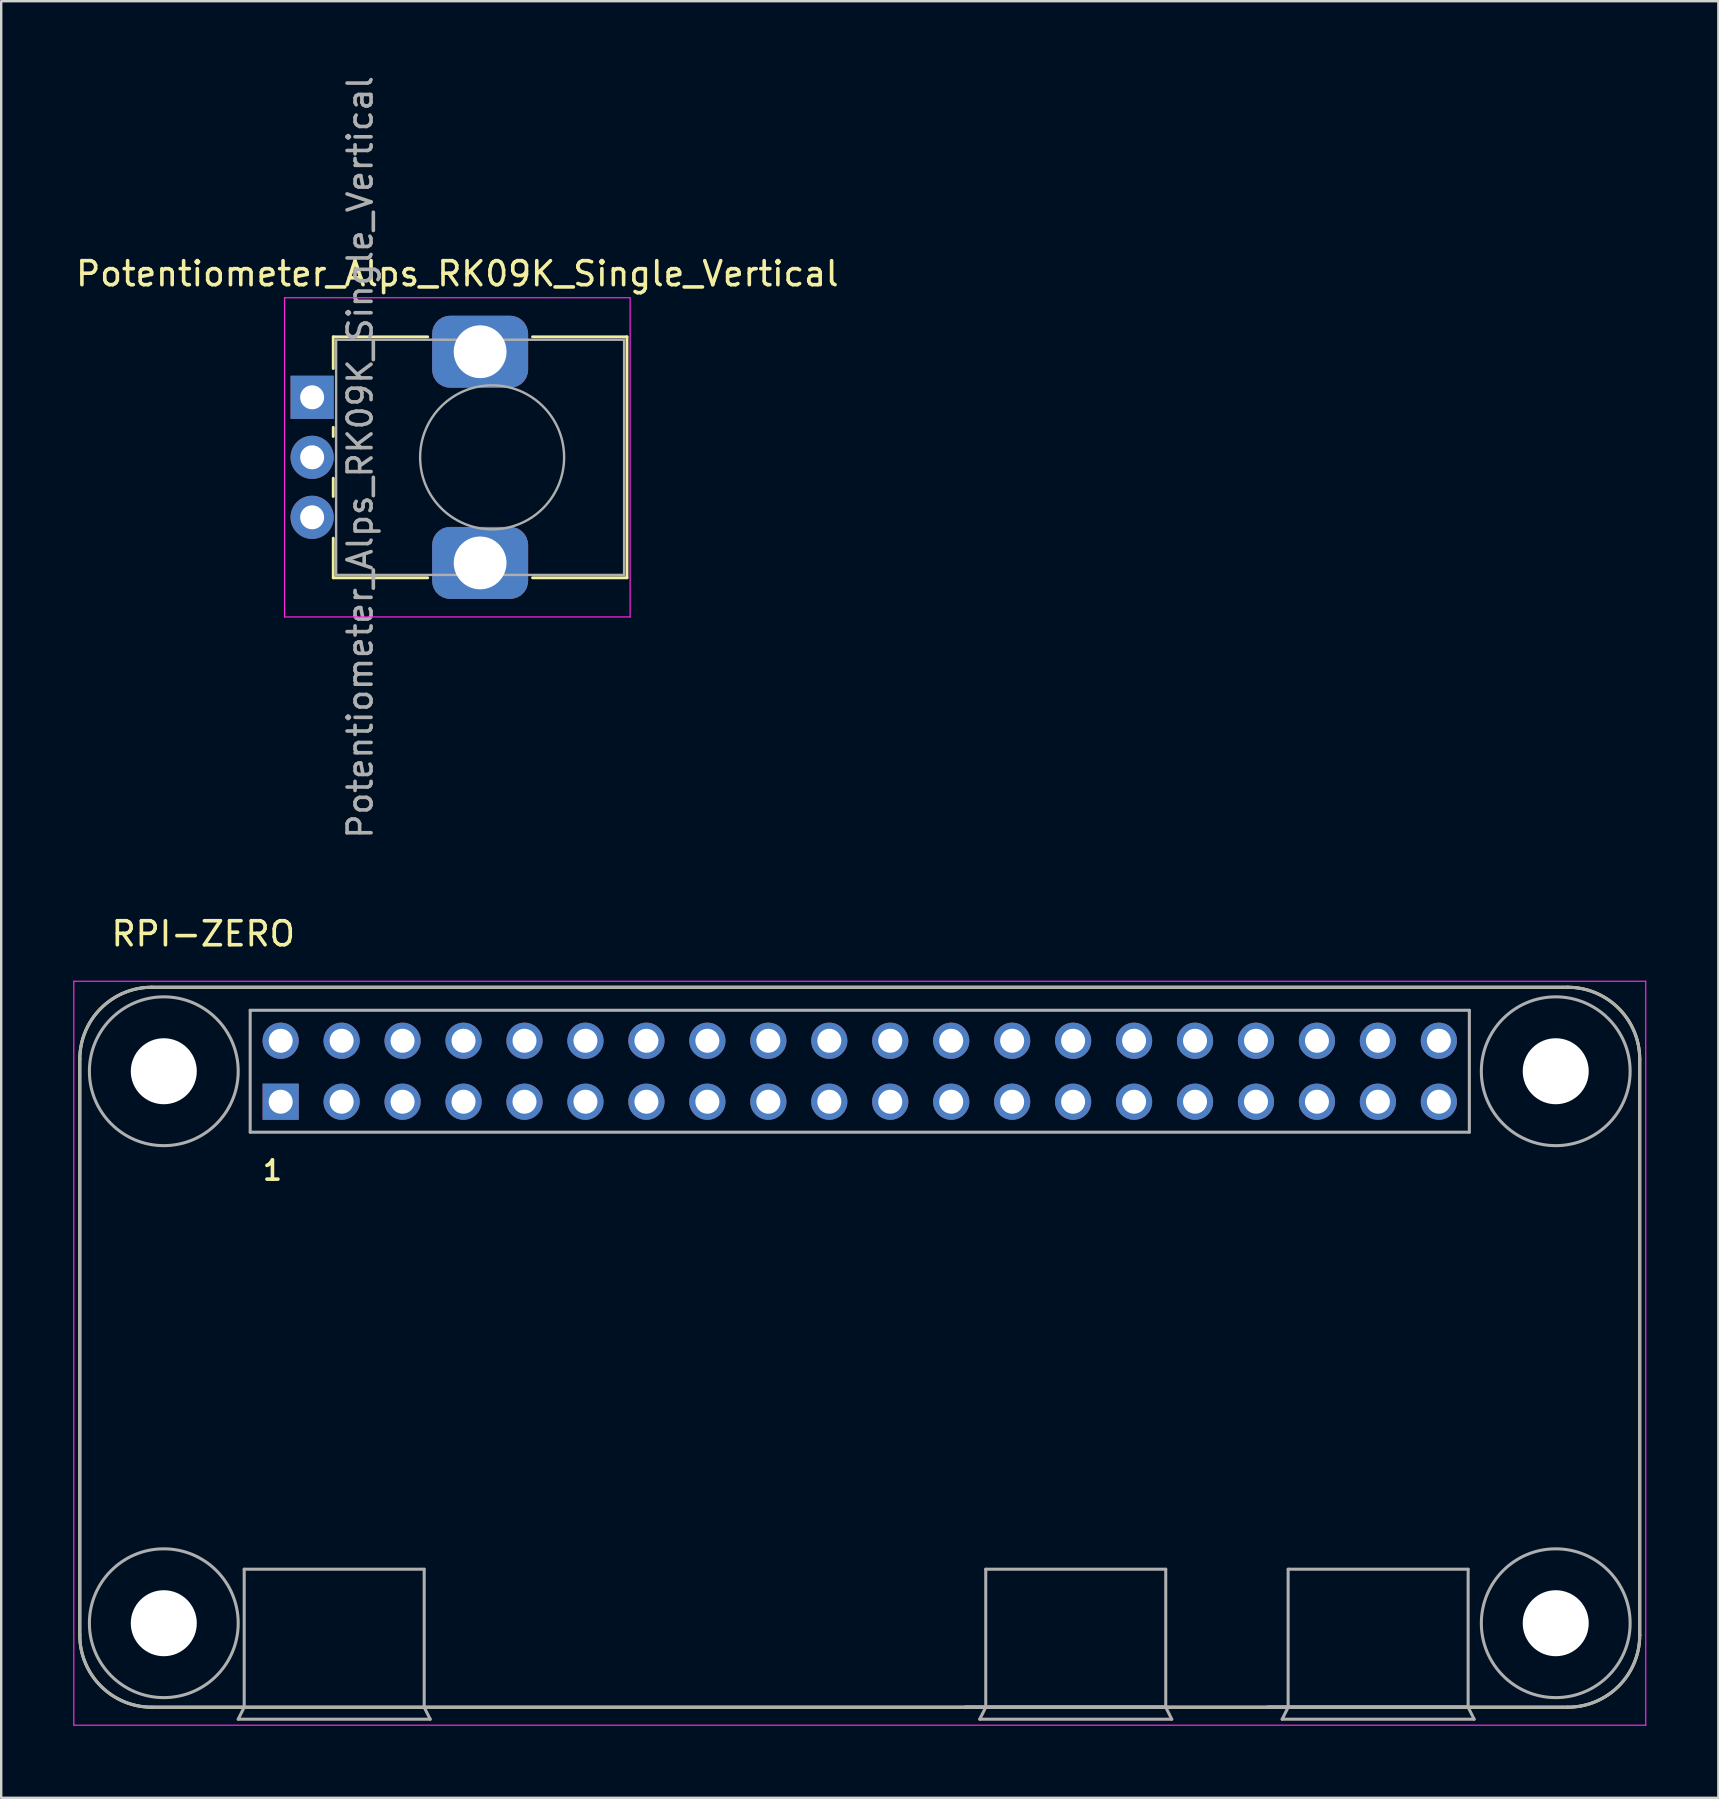
<source format=kicad_pcb>
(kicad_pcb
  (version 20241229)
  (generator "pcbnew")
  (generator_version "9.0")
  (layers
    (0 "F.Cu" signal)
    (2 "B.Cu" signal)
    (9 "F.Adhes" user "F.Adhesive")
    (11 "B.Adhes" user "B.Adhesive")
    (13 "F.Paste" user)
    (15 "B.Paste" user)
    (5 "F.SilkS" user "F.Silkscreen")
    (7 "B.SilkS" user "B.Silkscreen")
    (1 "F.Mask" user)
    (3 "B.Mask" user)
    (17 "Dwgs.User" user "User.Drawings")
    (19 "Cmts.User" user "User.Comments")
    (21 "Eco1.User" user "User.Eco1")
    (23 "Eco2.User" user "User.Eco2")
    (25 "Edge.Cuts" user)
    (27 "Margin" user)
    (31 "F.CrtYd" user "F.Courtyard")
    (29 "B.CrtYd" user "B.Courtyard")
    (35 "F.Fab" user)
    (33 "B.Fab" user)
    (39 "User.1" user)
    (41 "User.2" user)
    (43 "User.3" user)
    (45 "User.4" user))
  (footprint "Potentiometer_Alps_RK09K_Single_Vertical"
    (layer "F.Cu")
    (at 9.956 13.506)
    (property "Reference" "Potentiometer_Alps_RK09K_Single_Vertical" (at 6.05 -5.15 0) (layer "F.SilkS") (effects (font (size 1 1) (thickness 0.15))))
    (attr through_hole)
    (fp_line (start 0.88 -2.521) (end 0.88 -1.2) (stroke (width 0.12) (type solid)) (layer "F.SilkS"))
    (fp_line (start 0.88 -2.521) (end 4.817 -2.521) (stroke (width 0.12) (type solid)) (layer "F.SilkS"))
    (fp_line (start 0.88 1.25) (end 0.88 1.63) (stroke (width 0.12) (type solid)) (layer "F.SilkS"))
    (fp_line (start 0.88 3.371) (end 0.88 4.13) (stroke (width 0.12) (type solid)) (layer "F.SilkS"))
    (fp_line (start 0.88 5.87) (end 0.88 7.52) (stroke (width 0.12) (type solid)) (layer "F.SilkS"))
    (fp_line (start 0.88 7.52) (end 4.817 7.52) (stroke (width 0.12) (type solid)) (layer "F.SilkS"))
    (fp_line (start 9.184 -2.521) (end 13.12 -2.521) (stroke (width 0.12) (type solid)) (layer "F.SilkS"))
    (fp_line (start 9.184 7.52) (end 13.12 7.52) (stroke (width 0.12) (type solid)) (layer "F.SilkS"))
    (fp_line (start 13.12 -2.521) (end 13.12 7.52) (stroke (width 0.12) (type solid)) (layer "F.SilkS"))
    (fp_line (start -1.15 -4.15) (end -1.15 9.15) (stroke (width 0.05) (type solid)) (layer "F.CrtYd"))
    (fp_line (start -1.15 9.15) (end 13.25 9.15) (stroke (width 0.05) (type solid)) (layer "F.CrtYd"))
    (fp_line (start 13.25 -4.15) (end -1.15 -4.15) (stroke (width 0.05) (type solid)) (layer "F.CrtYd"))
    (fp_line (start 13.25 9.15) (end 13.25 -4.15) (stroke (width 0.05) (type solid)) (layer "F.CrtYd"))
    (fp_line (start 1 -2.4) (end 1 7.4) (stroke (width 0.1) (type solid)) (layer "F.Fab"))
    (fp_line (start 1 7.4) (end 13 7.4) (stroke (width 0.1) (type solid)) (layer "F.Fab"))
    (fp_line (start 13 -2.4) (end 1 -2.4) (stroke (width 0.1) (type solid)) (layer "F.Fab"))
    (fp_line (start 13 7.4) (end 13 -2.4) (stroke (width 0.1) (type solid)) (layer "F.Fab"))
    (fp_circle (center 7.5 2.5) (end 10.5 2.5) (stroke (width 0.1) (type solid)) (fill no) (layer "F.Fab"))
    (fp_text user "${REFERENCE}" (at 2 2.5 90) (layer "F.Fab") (effects (font (size 1 1) (thickness 0.15))))
    (pad "" np_thru_hole roundrect (at 7 -1.9) (size 4 3) (drill 2.2) (layers "*.Cu" "*.Mask") (roundrect_rratio 0.25))
    (pad "" np_thru_hole roundrect (at 7 6.9) (size 4 3) (drill 2.2) (layers "*.Cu" "*.Mask") (roundrect_rratio 0.25))
    (pad "1" thru_hole rect (at 0 0) (size 1.8 1.8) (drill 1) (layers "*.Cu" "*.Mask"))
    (pad "2" thru_hole circle (at 0 2.5) (size 1.8 1.8) (drill 1) (layers "*.Cu" "*.Mask"))
    (pad "3" thru_hole circle (at 0 5) (size 1.8 1.8) (drill 1) (layers "*.Cu" "*.Mask")))
  (footprint "RPI-ZERO"
    (layer "F.Cu")
    (at 32.775 41.587)
    (property "Reference" "RPI-ZERO" (at -27.357 -5.726 0) (layer "F.SilkS") (effects (font (size 1.002 1.002) (thickness 0.15))))
    (attr through_hole)
    (fp_line (start -32.5 -0.5) (end -32.5 23.5) (stroke (width 0.127) (type solid)) (layer "F.SilkS"))
    (fp_line (start -29.5 26.5) (end 29.5 26.5) (stroke (width 0.127) (type solid)) (layer "F.SilkS"))
    (fp_line (start 4.4 26.5) (end 12.75 26.5) (stroke (width 0.127) (type solid)) (layer "F.SilkS"))
    (fp_line (start 17 26.5) (end 25.35 26.5) (stroke (width 0.127) (type solid)) (layer "F.SilkS"))
    (fp_line (start 29.5 -3.5) (end -29.5 -3.5) (stroke (width 0.127) (type solid)) (layer "F.SilkS"))
    (fp_line (start 32.5 23.5) (end 32.5 -0.5) (stroke (width 0.127) (type solid)) (layer "F.SilkS"))
    (fp_arc (start -32.5 -0.5) (mid -31.62132 -2.62132) (end -29.5 -3.5) (stroke (width 0.127) (type solid)) (layer "F.SilkS"))
    (fp_arc (start -29.5 26.5) (mid -31.62132 25.62132) (end -32.5 23.5) (stroke (width 0.127) (type solid)) (layer "F.SilkS"))
    (fp_arc (start 29.5 -3.5) (mid 31.62132 -2.62132) (end 32.5 -0.5) (stroke (width 0.127) (type solid)) (layer "F.SilkS"))
    (fp_arc (start 32.5 23.5) (mid 31.62132 25.62132) (end 29.5 26.5) (stroke (width 0.127) (type solid)) (layer "F.SilkS"))
    (fp_line (start -32.75 -3.75) (end 32.75 -3.75) (stroke (width 0.05) (type solid)) (layer "F.CrtYd"))
    (fp_line (start -32.75 27.25) (end -32.75 -3.75) (stroke (width 0.05) (type solid)) (layer "F.CrtYd"))
    (fp_line (start 32.75 -3.75) (end 32.75 27.25) (stroke (width 0.05) (type solid)) (layer "F.CrtYd"))
    (fp_line (start 32.75 27.25) (end -32.75 27.25) (stroke (width 0.05) (type solid)) (layer "F.CrtYd"))
    (fp_line (start -32.5 -0.5) (end -32.5 23.5) (stroke (width 0.127) (type solid)) (layer "F.Fab"))
    (fp_line (start -29.5 26.5) (end -25.65 26.5) (stroke (width 0.127) (type solid)) (layer "F.Fab"))
    (fp_line (start -25.9 27) (end -17.9 27) (stroke (width 0.127) (type solid)) (layer "F.Fab"))
    (fp_line (start -25.65 20.75) (end -18.15 20.75) (stroke (width 0.127) (type solid)) (layer "F.Fab"))
    (fp_line (start -25.65 26.5) (end -25.9 27) (stroke (width 0.127) (type solid)) (layer "F.Fab"))
    (fp_line (start -25.65 26.5) (end -25.65 20.75) (stroke (width 0.127) (type solid)) (layer "F.Fab"))
    (fp_line (start -25.65 26.5) (end -18.15 26.5) (stroke (width 0.127) (type solid)) (layer "F.Fab"))
    (fp_line (start -25.4 -2.54) (end -25.4 2.54) (stroke (width 0.127) (type solid)) (layer "F.Fab"))
    (fp_line (start -25.4 2.54) (end 25.4 2.54) (stroke (width 0.127) (type solid)) (layer "F.Fab"))
    (fp_line (start -18.15 20.75) (end -18.15 26.5) (stroke (width 0.127) (type solid)) (layer "F.Fab"))
    (fp_line (start -18.15 26.5) (end 29.5 26.5) (stroke (width 0.127) (type solid)) (layer "F.Fab"))
    (fp_line (start -17.9 27) (end -18.15 26.5) (stroke (width 0.127) (type solid)) (layer "F.Fab"))
    (fp_line (start 4.4 26.5) (end 5.25 26.5) (stroke (width 0.127) (type solid)) (layer "F.Fab"))
    (fp_line (start 5 27) (end 13 27) (stroke (width 0.127) (type solid)) (layer "F.Fab"))
    (fp_line (start 5.25 20.75) (end 12.75 20.75) (stroke (width 0.127) (type solid)) (layer "F.Fab"))
    (fp_line (start 5.25 26.5) (end 5 27) (stroke (width 0.127) (type solid)) (layer "F.Fab"))
    (fp_line (start 5.25 26.5) (end 5.25 20.75) (stroke (width 0.127) (type solid)) (layer "F.Fab"))
    (fp_line (start 5.25 26.5) (end 12.75 26.5) (stroke (width 0.127) (type solid)) (layer "F.Fab"))
    (fp_line (start 12.75 20.75) (end 12.75 26.5) (stroke (width 0.127) (type solid)) (layer "F.Fab"))
    (fp_line (start 13 27) (end 12.75 26.5) (stroke (width 0.127) (type solid)) (layer "F.Fab"))
    (fp_line (start 17 26.5) (end 17.85 26.5) (stroke (width 0.127) (type solid)) (layer "F.Fab"))
    (fp_line (start 17.6 27) (end 25.6 27) (stroke (width 0.127) (type solid)) (layer "F.Fab"))
    (fp_line (start 17.85 20.75) (end 25.35 20.75) (stroke (width 0.127) (type solid)) (layer "F.Fab"))
    (fp_line (start 17.85 26.5) (end 17.6 27) (stroke (width 0.127) (type solid)) (layer "F.Fab"))
    (fp_line (start 17.85 26.5) (end 17.85 20.75) (stroke (width 0.127) (type solid)) (layer "F.Fab"))
    (fp_line (start 17.85 26.5) (end 25.35 26.5) (stroke (width 0.127) (type solid)) (layer "F.Fab"))
    (fp_line (start 25.35 20.75) (end 25.35 26.5) (stroke (width 0.127) (type solid)) (layer "F.Fab"))
    (fp_line (start 25.4 -2.54) (end -25.4 -2.54) (stroke (width 0.127) (type solid)) (layer "F.Fab"))
    (fp_line (start 25.4 2.54) (end 25.4 -2.54) (stroke (width 0.127) (type solid)) (layer "F.Fab"))
    (fp_line (start 25.6 27) (end 25.35 26.5) (stroke (width 0.127) (type solid)) (layer "F.Fab"))
    (fp_line (start 29.5 -3.5) (end -29.5 -3.5) (stroke (width 0.127) (type solid)) (layer "F.Fab"))
    (fp_line (start 32.5 23.5) (end 32.5 -0.5) (stroke (width 0.127) (type solid)) (layer "F.Fab"))
    (fp_arc (start -32.5 -0.5) (mid -31.62132 -2.62132) (end -29.5 -3.5) (stroke (width 0.127) (type solid)) (layer "F.Fab"))
    (fp_arc (start -29.5 26.5) (mid -31.62132 25.62132) (end -32.5 23.5) (stroke (width 0.127) (type solid)) (layer "F.Fab"))
    (fp_arc (start 29.5 -3.5) (mid 31.62132 -2.62132) (end 32.5 -0.5) (stroke (width 0.127) (type solid)) (layer "F.Fab"))
    (fp_arc (start 32.5 23.5) (mid 31.62132 25.62132) (end 29.5 26.5) (stroke (width 0.127) (type solid)) (layer "F.Fab"))
    (fp_circle (center -29 0) (end -25.9 0) (stroke (width 0.127) (type solid)) (fill no) (layer "F.Fab"))
    (fp_circle (center -29 23) (end -25.9 23) (stroke (width 0.127) (type solid)) (fill no) (layer "F.Fab"))
    (fp_circle (center 29 0) (end 32.1 0) (stroke (width 0.127) (type solid)) (fill no) (layer "F.Fab"))
    (fp_circle (center 29 23) (end 32.1 23) (stroke (width 0.127) (type solid)) (fill no) (layer "F.Fab"))
    (fp_text user "1" (at -24.473 4.132 0) (layer "F.SilkS") (effects (font (size 0.801 0.801) (thickness 0.15))))
    (pad "" np_thru_hole circle (at -29 0) (size 2.75 2.75) (drill 2.75) (layers "*.Cu" "*.Mask"))
    (pad "" np_thru_hole circle (at -29 23) (size 2.75 2.75) (drill 2.75) (layers "*.Cu" "*.Mask"))
    (pad "" np_thru_hole circle (at 29 0) (size 2.75 2.75) (drill 2.75) (layers "*.Cu" "*.Mask"))
    (pad "" np_thru_hole circle (at 29 23) (size 2.75 2.75) (drill 2.75) (layers "*.Cu" "*.Mask"))
    (pad "1" thru_hole rect (at -24.13 1.27) (size 1.508 1.508) (drill 1) (layers "*.Cu" "*.Mask"))
    (pad "2" thru_hole circle (at -24.13 -1.27) (size 1.508 1.508) (drill 1) (layers "*.Cu" "*.Mask"))
    (pad "3" thru_hole circle (at -21.59 1.27) (size 1.508 1.508) (drill 1) (layers "*.Cu" "*.Mask"))
    (pad "4" thru_hole circle (at -21.59 -1.27) (size 1.508 1.508) (drill 1) (layers "*.Cu" "*.Mask"))
    (pad "5" thru_hole circle (at -19.05 1.27) (size 1.508 1.508) (drill 1) (layers "*.Cu" "*.Mask"))
    (pad "6" thru_hole circle (at -19.05 -1.27) (size 1.508 1.508) (drill 1) (layers "*.Cu" "*.Mask"))
    (pad "7" thru_hole circle (at -16.51 1.27) (size 1.508 1.508) (drill 1) (layers "*.Cu" "*.Mask"))
    (pad "8" thru_hole circle (at -16.51 -1.27) (size 1.508 1.508) (drill 1) (layers "*.Cu" "*.Mask"))
    (pad "9" thru_hole circle (at -13.97 1.27) (size 1.508 1.508) (drill 1) (layers "*.Cu" "*.Mask"))
    (pad "10" thru_hole circle (at -13.97 -1.27) (size 1.508 1.508) (drill 1) (layers "*.Cu" "*.Mask"))
    (pad "11" thru_hole circle (at -11.43 1.27) (size 1.508 1.508) (drill 1) (layers "*.Cu" "*.Mask"))
    (pad "12" thru_hole circle (at -11.43 -1.27) (size 1.508 1.508) (drill 1) (layers "*.Cu" "*.Mask"))
    (pad "13" thru_hole circle (at -8.89 1.27) (size 1.508 1.508) (drill 1) (layers "*.Cu" "*.Mask"))
    (pad "14" thru_hole circle (at -8.89 -1.27) (size 1.508 1.508) (drill 1) (layers "*.Cu" "*.Mask"))
    (pad "15" thru_hole circle (at -6.35 1.27) (size 1.508 1.508) (drill 1) (layers "*.Cu" "*.Mask"))
    (pad "16" thru_hole circle (at -6.35 -1.27) (size 1.508 1.508) (drill 1) (layers "*.Cu" "*.Mask"))
    (pad "17" thru_hole circle (at -3.81 1.27) (size 1.508 1.508) (drill 1) (layers "*.Cu" "*.Mask"))
    (pad "18" thru_hole circle (at -3.81 -1.27) (size 1.508 1.508) (drill 1) (layers "*.Cu" "*.Mask"))
    (pad "19" thru_hole circle (at -1.27 1.27) (size 1.508 1.508) (drill 1) (layers "*.Cu" "*.Mask"))
    (pad "20" thru_hole circle (at -1.27 -1.27) (size 1.508 1.508) (drill 1) (layers "*.Cu" "*.Mask"))
    (pad "21" thru_hole circle (at 1.27 1.27) (size 1.508 1.508) (drill 1) (layers "*.Cu" "*.Mask"))
    (pad "22" thru_hole circle (at 1.27 -1.27) (size 1.508 1.508) (drill 1) (layers "*.Cu" "*.Mask"))
    (pad "23" thru_hole circle (at 3.81 1.27) (size 1.508 1.508) (drill 1) (layers "*.Cu" "*.Mask"))
    (pad "24" thru_hole circle (at 3.81 -1.27) (size 1.508 1.508) (drill 1) (layers "*.Cu" "*.Mask"))
    (pad "25" thru_hole circle (at 6.35 1.27) (size 1.508 1.508) (drill 1) (layers "*.Cu" "*.Mask"))
    (pad "26" thru_hole circle (at 6.35 -1.27) (size 1.508 1.508) (drill 1) (layers "*.Cu" "*.Mask"))
    (pad "27" thru_hole circle (at 8.89 1.27) (size 1.508 1.508) (drill 1) (layers "*.Cu" "*.Mask"))
    (pad "28" thru_hole circle (at 8.89 -1.27) (size 1.508 1.508) (drill 1) (layers "*.Cu" "*.Mask"))
    (pad "29" thru_hole circle (at 11.43 1.27) (size 1.508 1.508) (drill 1) (layers "*.Cu" "*.Mask"))
    (pad "30" thru_hole circle (at 11.43 -1.27) (size 1.508 1.508) (drill 1) (layers "*.Cu" "*.Mask"))
    (pad "31" thru_hole circle (at 13.97 1.27) (size 1.508 1.508) (drill 1) (layers "*.Cu" "*.Mask"))
    (pad "32" thru_hole circle (at 13.97 -1.27) (size 1.508 1.508) (drill 1) (layers "*.Cu" "*.Mask"))
    (pad "33" thru_hole circle (at 16.51 1.27) (size 1.508 1.508) (drill 1) (layers "*.Cu" "*.Mask"))
    (pad "34" thru_hole circle (at 16.51 -1.27) (size 1.508 1.508) (drill 1) (layers "*.Cu" "*.Mask"))
    (pad "35" thru_hole circle (at 19.05 1.27) (size 1.508 1.508) (drill 1) (layers "*.Cu" "*.Mask"))
    (pad "36" thru_hole circle (at 19.05 -1.27) (size 1.508 1.508) (drill 1) (layers "*.Cu" "*.Mask"))
    (pad "37" thru_hole circle (at 21.59 1.27) (size 1.508 1.508) (drill 1) (layers "*.Cu" "*.Mask"))
    (pad "38" thru_hole circle (at 21.59 -1.27) (size 1.508 1.508) (drill 1) (layers "*.Cu" "*.Mask"))
    (pad "39" thru_hole circle (at 24.13 1.27) (size 1.508 1.508) (drill 1) (layers "*.Cu" "*.Mask"))
    (pad "40" thru_hole circle (at 24.13 -1.27) (size 1.508 1.508) (drill 1) (layers "*.Cu" "*.Mask")))
  (gr_rect
    (start -3 -3)
    (end 68.55 71.862)
    (stroke (width 0.1) (type default))
    (fill no)
    (layer "Edge.Cuts")))
</source>
